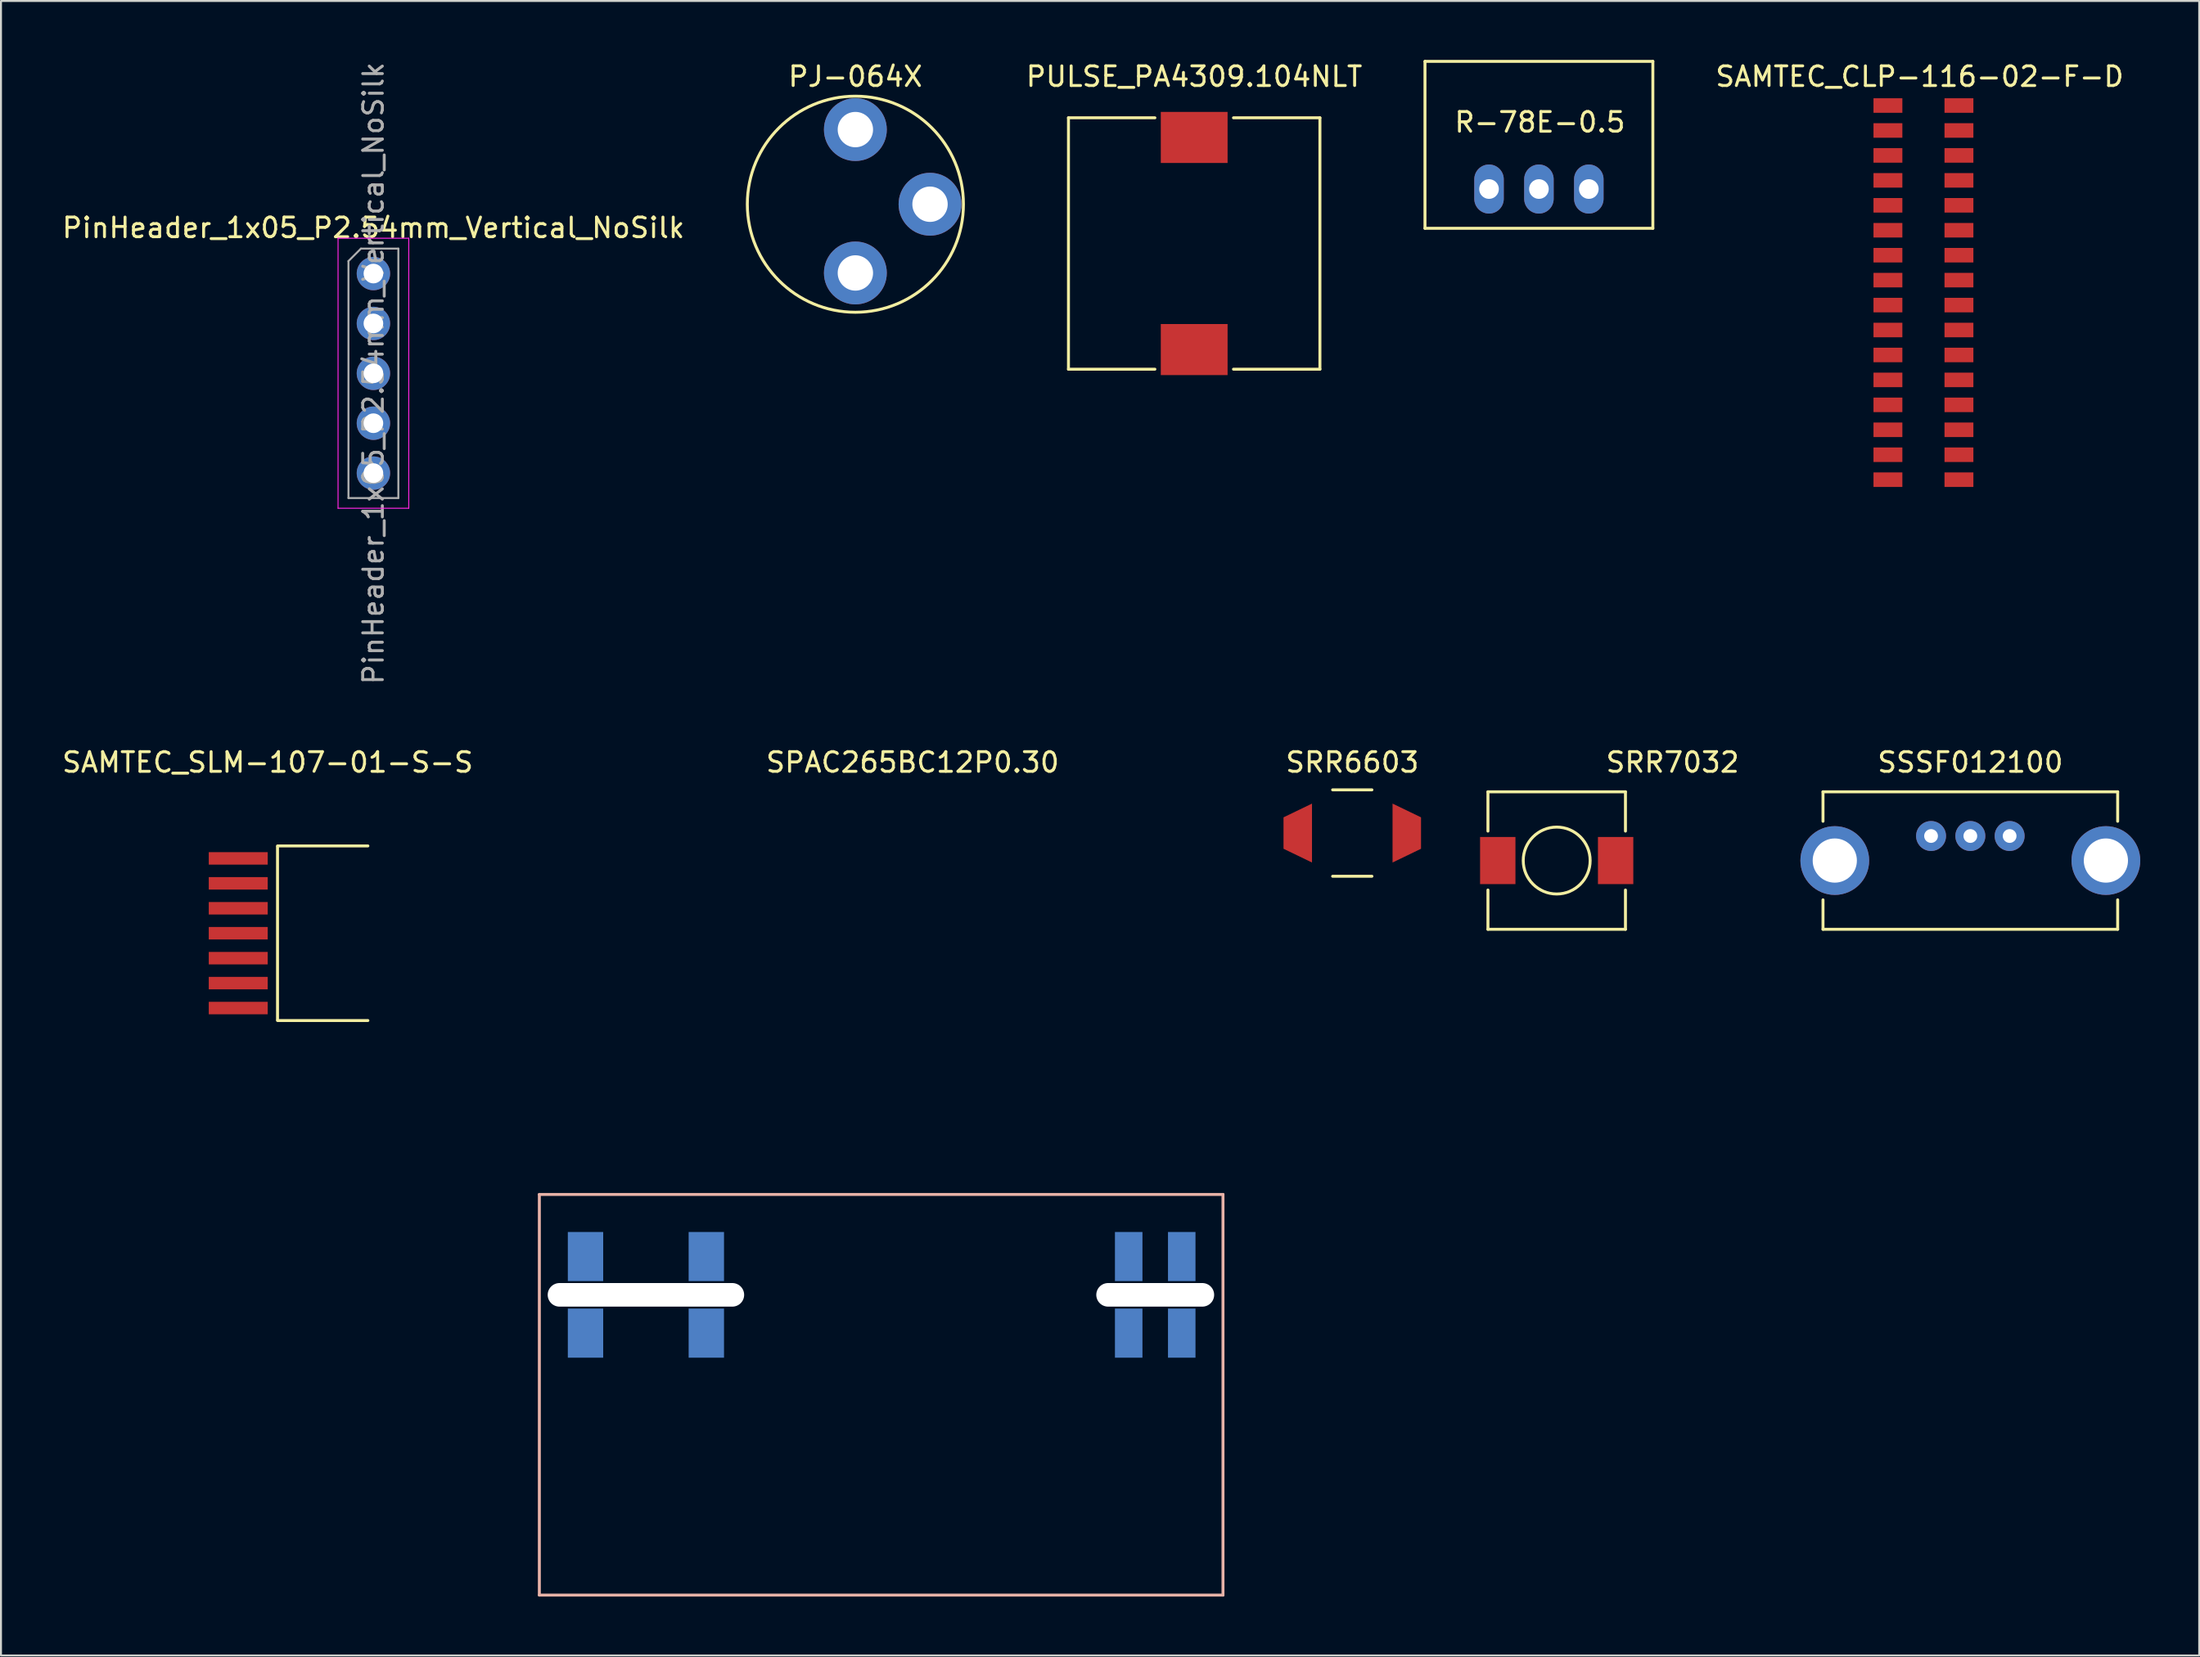
<source format=kicad_pcb>
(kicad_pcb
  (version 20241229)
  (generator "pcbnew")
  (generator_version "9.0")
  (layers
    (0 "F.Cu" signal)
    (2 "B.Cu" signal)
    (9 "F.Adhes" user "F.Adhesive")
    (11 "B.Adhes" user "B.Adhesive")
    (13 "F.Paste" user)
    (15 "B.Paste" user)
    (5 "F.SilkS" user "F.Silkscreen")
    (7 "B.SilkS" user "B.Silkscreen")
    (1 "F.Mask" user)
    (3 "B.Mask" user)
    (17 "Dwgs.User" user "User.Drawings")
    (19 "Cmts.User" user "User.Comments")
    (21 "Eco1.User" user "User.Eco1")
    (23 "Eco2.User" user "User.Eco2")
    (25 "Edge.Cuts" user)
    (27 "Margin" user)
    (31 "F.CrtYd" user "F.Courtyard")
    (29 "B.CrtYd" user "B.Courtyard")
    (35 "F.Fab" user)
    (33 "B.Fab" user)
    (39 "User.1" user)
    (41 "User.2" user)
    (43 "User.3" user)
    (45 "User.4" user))
  (footprint "PJ-064X"
    (layer "F.Cu")
    (at 40.492 7.348)
    (property "Reference" "PJ-064X" (at 0 -6.5 0) (layer "F.SilkS") (effects (font (size 1 1) (thickness 0.15))))
    (attr through_hole)
    (fp_circle (center 0 0) (end 5.5 0) (stroke (width 0.15) (type solid)) (fill no) (layer "F.SilkS"))
    (pad "1" thru_hole oval (at 0 3.5 90) (size 3.2 3.2) (drill 1.8) (layers "*.Cu" "*.Mask"))
    (pad "2" thru_hole oval (at 3.8 0 180) (size 3.2 3.2) (drill 1.8) (layers "*.Cu" "*.Mask"))
    (pad "3" thru_hole oval (at 0 -3.8 270) (size 3.2 3.2) (drill 1.8) (layers "*.Cu" "*.Mask")))
  (footprint "SAMTEC_SLM-107-01-S-S"
    (layer "F.Cu")
    (at 10.577 44.465)
    (property "Reference" "SAMTEC_SLM-107-01-S-S" (at 0 -8.7 0) (layer "F.SilkS") (effects (font (size 1 1) (thickness 0.15))))
    (attr through_hole)
    (fp_line (start 0.5 -4.445) (end 5.1 -4.445) (stroke (width 0.15) (type solid)) (layer "F.SilkS"))
    (fp_line (start 0.5 -4.4) (end 0.5 4.4) (stroke (width 0.15) (type solid)) (layer "F.SilkS"))
    (fp_line (start 0.5 4.445) (end 5.1 4.445) (stroke (width 0.15) (type solid)) (layer "F.SilkS"))
    (pad "1" smd rect (at -1.5 -3.81) (size 3 0.635) (layers "F.Cu" "F.Mask" "F.Paste"))
    (pad "2" smd rect (at -1.5 -2.54) (size 3 0.635) (layers "F.Cu" "F.Mask" "F.Paste"))
    (pad "3" smd rect (at -1.5 -1.27) (size 3 0.635) (layers "F.Cu" "F.Mask" "F.Paste"))
    (pad "4" smd rect (at -1.5 0) (size 3 0.635) (layers "F.Cu" "F.Mask" "F.Paste"))
    (pad "5" smd rect (at -1.5 1.27) (size 3 0.635) (layers "F.Cu" "F.Mask" "F.Paste"))
    (pad "6" smd rect (at -1.5 2.54) (size 3 0.635) (layers "F.Cu" "F.Mask" "F.Paste"))
    (pad "7" smd rect (at -1.5 3.81) (size 3 0.635) (layers "F.Cu" "F.Mask" "F.Paste")))
  (footprint "PinHeader_1x05_P2.54mm_Vertical_NoSilk"
    (layer "F.Cu")
    (at 15.958 10.878)
    (property "Reference" "PinHeader_1x05_P2.54mm_Vertical_NoSilk" (at 0 -2.33 180) (layer "F.SilkS") (effects (font (size 1 1) (thickness 0.15))))
    (attr through_hole)
    (fp_line (start -1.8 -1.8) (end -1.8 11.95) (stroke (width 0.05) (type solid)) (layer "F.CrtYd"))
    (fp_line (start -1.8 11.95) (end 1.8 11.95) (stroke (width 0.05) (type solid)) (layer "F.CrtYd"))
    (fp_line (start 1.8 -1.8) (end -1.8 -1.8) (stroke (width 0.05) (type solid)) (layer "F.CrtYd"))
    (fp_line (start 1.8 11.95) (end 1.8 -1.8) (stroke (width 0.05) (type solid)) (layer "F.CrtYd"))
    (fp_line (start -1.27 -0.635) (end -0.635 -1.27) (stroke (width 0.1) (type solid)) (layer "F.Fab"))
    (fp_line (start -1.27 11.43) (end -1.27 -0.635) (stroke (width 0.1) (type solid)) (layer "F.Fab"))
    (fp_line (start -0.635 -1.27) (end 1.27 -1.27) (stroke (width 0.1) (type solid)) (layer "F.Fab"))
    (fp_line (start 1.27 -1.27) (end 1.27 11.43) (stroke (width 0.1) (type solid)) (layer "F.Fab"))
    (fp_line (start 1.27 11.43) (end -1.27 11.43) (stroke (width 0.1) (type solid)) (layer "F.Fab"))
    (fp_text user "${REFERENCE}" (at 0 5.08 90) (layer "F.Fab") (effects (font (size 1 1) (thickness 0.15))))
    (pad "1" thru_hole circle (at 0 0) (size 1.7 1.7) (drill 1) (layers "*.Cu" "*.Mask"))
    (pad "2" thru_hole oval (at 0 2.54) (size 1.7 1.7) (drill 1) (layers "*.Cu" "*.Mask"))
    (pad "3" thru_hole oval (at 0 5.08) (size 1.7 1.7) (drill 1) (layers "*.Cu" "*.Mask"))
    (pad "4" thru_hole oval (at 0 7.62) (size 1.7 1.7) (drill 1) (layers "*.Cu" "*.Mask"))
    (pad "5" thru_hole oval (at 0 10.16) (size 1.7 1.7) (drill 1) (layers "*.Cu" "*.Mask")))
  (footprint "SSSF012100"
    (layer "F.Cu")
    (at 97.248 40.765)
    (property "Reference" "SSSF012100" (at 0 -5 0) (layer "F.SilkS") (effects (font (size 1 1) (thickness 0.15))))
    (attr through_hole)
    (fp_line (start -7.5 -3.5) (end -7.5 -2) (stroke (width 0.15) (type solid)) (layer "F.SilkS"))
    (fp_line (start -7.5 -3.5) (end 7.5 -3.5) (stroke (width 0.15) (type solid)) (layer "F.SilkS"))
    (fp_line (start -7.5 3.5) (end -7.5 2) (stroke (width 0.15) (type solid)) (layer "F.SilkS"))
    (fp_line (start 7.5 -3.5) (end 7.5 -2) (stroke (width 0.15) (type solid)) (layer "F.SilkS"))
    (fp_line (start 7.5 2) (end 7.5 3.5) (stroke (width 0.15) (type solid)) (layer "F.SilkS"))
    (fp_line (start 7.5 3.5) (end -7.5 3.5) (stroke (width 0.15) (type solid)) (layer "F.SilkS"))
    (pad "" thru_hole circle (at -6.9 0) (size 3.5 3.5) (drill 2.25) (layers "*.Cu" "*.Mask"))
    (pad "" thru_hole circle (at 6.9 0) (size 3.5 3.5) (drill 2.25) (layers "*.Cu" "*.Mask"))
    (pad "1" thru_hole circle (at -2 -1.25) (size 1.524 1.524) (drill 0.7) (layers "*.Cu" "*.Mask"))
    (pad "2" thru_hole circle (at 2 -1.25) (size 1.524 1.524) (drill 0.7) (layers "*.Cu" "*.Mask"))
    (pad "C" thru_hole circle (at 0 -1.25) (size 1.524 1.524) (drill 0.7) (layers "*.Cu" "*.Mask")))
  (footprint "SRR7032"
    (layer "F.Cu")
    (at 76.192 40.765)
    (property "Reference" "SRR7032" (at 5.9 -5 0) (layer "F.SilkS") (effects (font (size 1 1) (thickness 0.15))))
    (attr through_hole)
    (fp_line (start -3.5 -3.5) (end -3.5 -1.5) (stroke (width 0.15) (type solid)) (layer "F.SilkS"))
    (fp_line (start -3.5 -3.5) (end 3.5 -3.5) (stroke (width 0.15) (type solid)) (layer "F.SilkS"))
    (fp_line (start -3.5 3.5) (end -3.5 1.5) (stroke (width 0.15) (type solid)) (layer "F.SilkS"))
    (fp_line (start 3.5 -3.5) (end 3.5 -1.5) (stroke (width 0.15) (type solid)) (layer "F.SilkS"))
    (fp_line (start 3.5 1.5) (end 3.5 3.5) (stroke (width 0.15) (type solid)) (layer "F.SilkS"))
    (fp_line (start 3.5 3.5) (end -3.5 3.5) (stroke (width 0.15) (type solid)) (layer "F.SilkS"))
    (fp_circle (center 0 0) (end 1.1 -1.3) (stroke (width 0.15) (type solid)) (fill no) (layer "F.SilkS"))
    (pad "1" smd rect (at -3 0) (size 1.8 2.4) (layers "F.Cu" "F.Mask" "F.Paste"))
    (pad "2" smd rect (at 3 0) (size 1.8 2.4) (layers "F.Cu" "F.Mask" "F.Paste")))
  (footprint "SAMTEC_CLP-116-02-F-D"
    (layer "F.Cu")
    (at 94.668 11.848)
    (property "Reference" "SAMTEC_CLP-116-02-F-D" (at 0 -11 0) (layer "F.SilkS") (effects (font (size 1 1) (thickness 0.15))))
    (attr through_hole)
    (pad "1" smd rect (at -1.615 -9.525) (size 1.47 0.74) (layers "F.Cu" "F.Mask" "F.Paste"))
    (pad "2" smd rect (at 2 -9.525) (size 1.47 0.74) (layers "F.Cu" "F.Mask" "F.Paste"))
    (pad "3" smd rect (at -1.615 -8.255) (size 1.47 0.74) (layers "F.Cu" "F.Mask" "F.Paste"))
    (pad "4" smd rect (at 2 -8.255) (size 1.47 0.74) (layers "F.Cu" "F.Mask" "F.Paste"))
    (pad "5" smd rect (at -1.615 -6.985) (size 1.47 0.74) (layers "F.Cu" "F.Mask" "F.Paste"))
    (pad "6" smd rect (at 2 -6.985) (size 1.47 0.74) (layers "F.Cu" "F.Mask" "F.Paste"))
    (pad "7" smd rect (at -1.615 -5.715) (size 1.47 0.74) (layers "F.Cu" "F.Mask" "F.Paste"))
    (pad "8" smd rect (at 2 -5.715) (size 1.47 0.74) (layers "F.Cu" "F.Mask" "F.Paste"))
    (pad "9" smd rect (at -1.615 -4.445) (size 1.47 0.74) (layers "F.Cu" "F.Mask" "F.Paste"))
    (pad "10" smd rect (at 2 -4.445) (size 1.47 0.74) (layers "F.Cu" "F.Mask" "F.Paste"))
    (pad "11" smd rect (at -1.615 -3.175) (size 1.47 0.74) (layers "F.Cu" "F.Mask" "F.Paste"))
    (pad "12" smd rect (at 2 -3.175) (size 1.47 0.74) (layers "F.Cu" "F.Mask" "F.Paste"))
    (pad "13" smd rect (at -1.615 -1.905) (size 1.47 0.74) (layers "F.Cu" "F.Mask" "F.Paste"))
    (pad "14" smd rect (at 2 -1.905) (size 1.47 0.74) (layers "F.Cu" "F.Mask" "F.Paste"))
    (pad "15" smd rect (at -1.615 -0.635) (size 1.47 0.74) (layers "F.Cu" "F.Mask" "F.Paste"))
    (pad "16" smd rect (at 2 -0.635) (size 1.47 0.74) (layers "F.Cu" "F.Mask" "F.Paste"))
    (pad "17" smd rect (at -1.615 0.635) (size 1.47 0.74) (layers "F.Cu" "F.Mask" "F.Paste"))
    (pad "18" smd rect (at 2 0.635) (size 1.47 0.74) (layers "F.Cu" "F.Mask" "F.Paste"))
    (pad "19" smd rect (at -1.615 1.905) (size 1.47 0.74) (layers "F.Cu" "F.Mask" "F.Paste"))
    (pad "20" smd rect (at 2 1.905) (size 1.47 0.74) (layers "F.Cu" "F.Mask" "F.Paste"))
    (pad "21" smd rect (at -1.615 3.175) (size 1.47 0.74) (layers "F.Cu" "F.Mask" "F.Paste"))
    (pad "22" smd rect (at 2 3.175) (size 1.47 0.74) (layers "F.Cu" "F.Mask" "F.Paste"))
    (pad "23" smd rect (at -1.615 4.445) (size 1.47 0.74) (layers "F.Cu" "F.Mask" "F.Paste"))
    (pad "24" smd rect (at 2 4.445) (size 1.47 0.74) (layers "F.Cu" "F.Mask" "F.Paste"))
    (pad "25" smd rect (at -1.615 5.715) (size 1.47 0.74) (layers "F.Cu" "F.Mask" "F.Paste"))
    (pad "26" smd rect (at 2 5.715) (size 1.47 0.74) (layers "F.Cu" "F.Mask" "F.Paste"))
    (pad "27" smd rect (at -1.615 6.985) (size 1.47 0.74) (layers "F.Cu" "F.Mask" "F.Paste"))
    (pad "28" smd rect (at 2 6.985) (size 1.47 0.74) (layers "F.Cu" "F.Mask" "F.Paste"))
    (pad "29" smd rect (at -1.615 8.255) (size 1.47 0.74) (layers "F.Cu" "F.Mask" "F.Paste"))
    (pad "30" smd rect (at 2 8.255) (size 1.47 0.74) (layers "F.Cu" "F.Mask" "F.Paste"))
    (pad "31" smd rect (at -1.615 9.525) (size 1.47 0.74) (layers "F.Cu" "F.Mask" "F.Paste"))
    (pad "32" smd rect (at 2 9.525) (size 1.47 0.74) (layers "F.Cu" "F.Mask" "F.Paste")))
  (footprint "SPAC265BC12P0.30"
    (layer "F.Cu")
    (at 24.405 57.765)
    (property "Reference" "SPAC265BC12P0.30" (at 19 -22 0) (layer "F.SilkS") (effects (font (size 1 1) (thickness 0.15))))
    (attr through_hole)
    (fp_line (start 0 0) (end 0 20.4) (stroke (width 0.15) (type solid)) (layer "B.SilkS"))
    (fp_line (start 0 0) (end 34.8 0) (stroke (width 0.15) (type solid)) (layer "B.SilkS"))
    (fp_line (start 0 20.4) (end 34.8 20.4) (stroke (width 0.15) (type solid)) (layer "B.SilkS"))
    (fp_line (start 34.8 20.4) (end 34.8 0) (stroke (width 0.15) (type solid)) (layer "B.SilkS"))
    (pad "" np_thru_hole oval (at 5.425 5.112) (size 10 1.2) (drill oval 10 1.2) (layers "*.Cu" "*.Mask"))
    (pad "" np_thru_hole oval (at 31.35 5.112) (size 6 1.2) (drill oval 6 1.2) (layers "*.Cu" "*.Mask"))
    (pad "1" smd rect (at 2.35 3.162) (size 1.8 2.5) (layers "B.Cu" "B.Mask" "B.Paste"))
    (pad "1" smd rect (at 2.35 7.062) (size 1.8 2.5) (layers "B.Cu" "B.Mask" "B.Paste"))
    (pad "2" smd rect (at 8.5 3.162) (size 1.8 2.5) (layers "B.Cu" "B.Mask" "B.Paste"))
    (pad "2" smd rect (at 8.5 7.062) (size 1.8 2.5) (layers "B.Cu" "B.Mask" "B.Paste"))
    (pad "3" smd rect (at 30 3.162) (size 1.4 2.5) (layers "B.Cu" "B.Mask" "B.Paste"))
    (pad "3" smd rect (at 30 7.062) (size 1.4 2.5) (layers "B.Cu" "B.Mask" "B.Paste"))
    (pad "4" smd rect (at 32.7 3.162) (size 1.4 2.5) (layers "B.Cu" "B.Mask" "B.Paste"))
    (pad "4" smd rect (at 32.7 7.062) (size 1.4 2.5) (layers "B.Cu" "B.Mask" "B.Paste")))
  (footprint "R-78E-0.5"
    (layer "F.Cu")
    (at 75.287 6.575)
    (property "Reference" "R-78E-0.5" (at 0.051 -3.401 0) (layer "F.SilkS") (effects (font (size 1 1) (thickness 0.15))))
    (attr through_hole)
    (fp_line (start -5.8 -6.5) (end -5.8 2) (stroke (width 0.15) (type solid)) (layer "F.SilkS"))
    (fp_line (start -5.8 2) (end 5.8 2) (stroke (width 0.15) (type solid)) (layer "F.SilkS"))
    (fp_line (start 5.8 -6.5) (end -5.8 -6.5) (stroke (width 0.15) (type solid)) (layer "F.SilkS"))
    (fp_line (start 5.8 2) (end 5.8 -6.5) (stroke (width 0.15) (type solid)) (layer "F.SilkS"))
    (pad "1" thru_hole oval (at 2.54 0 90) (size 2.499 1.501) (drill 1.001) (layers "*.Cu" "*.Mask"))
    (pad "2" thru_hole oval (at 0 0 90) (size 2.499 1.501) (drill 1.001) (layers "*.Cu" "*.Mask"))
    (pad "3" thru_hole oval (at -2.54 0 90) (size 2.499 1.501) (drill 1.001) (layers "*.Cu" "*.Mask")))
  (footprint "SRR6603"
    (layer "F.Cu")
    (at 65.786 39.365)
    (property "Reference" "SRR6603" (at 0 -3.6 0) (layer "F.SilkS") (effects (font (size 1 1) (thickness 0.15))))
    (attr through_hole)
    (fp_line (start -1 -2.2) (end 1 -2.2) (stroke (width 0.15) (type solid)) (layer "F.SilkS"))
    (fp_line (start -1 2.2) (end 1 2.2) (stroke (width 0.15) (type solid)) (layer "F.SilkS"))
    (pad "1" smd trapezoid (at 2.775 0) (size 1.45 2.3) (rect_delta 0.7 0) (layers "F.Cu" "F.Mask" "F.Paste"))
    (pad "2" smd trapezoid (at -2.775 0 180) (size 1.45 2.3) (rect_delta 0.7 0) (layers "F.Cu" "F.Mask" "F.Paste")))
  (footprint "PULSE_PA4309.104NLT"
    (layer "F.Cu")
    (at 57.739 9.348)
    (property "Reference" "PULSE_PA4309.104NLT" (at 0 -8.5 0) (layer "F.SilkS") (effects (font (size 1 1) (thickness 0.15))))
    (attr through_hole)
    (fp_line (start -6.4 -6.4) (end -2 -6.4) (stroke (width 0.15) (type solid)) (layer "F.SilkS"))
    (fp_line (start -6.4 6.4) (end -6.4 -6.4) (stroke (width 0.15) (type solid)) (layer "F.SilkS"))
    (fp_line (start -2 6.4) (end -6.4 6.4) (stroke (width 0.15) (type solid)) (layer "F.SilkS"))
    (fp_line (start 6.4 -6.4) (end 2 -6.4) (stroke (width 0.15) (type solid)) (layer "F.SilkS"))
    (fp_line (start 6.4 -6.4) (end 6.4 6.4) (stroke (width 0.15) (type solid)) (layer "F.SilkS"))
    (fp_line (start 6.4 6.4) (end 2 6.4) (stroke (width 0.15) (type solid)) (layer "F.SilkS"))
    (pad "1" smd rect (at 0 -5.4) (size 3.4 2.6) (layers "F.Cu" "F.Mask" "F.Paste"))
    (pad "2" smd rect (at 0 5.4) (size 3.4 2.6) (layers "F.Cu" "F.Mask" "F.Paste")))
  (gr_rect
    (start -3 -3)
    (end 108.898 81.24)
    (stroke (width 0.1) (type default))
    (fill no)
    (layer "Edge.Cuts")))
</source>
